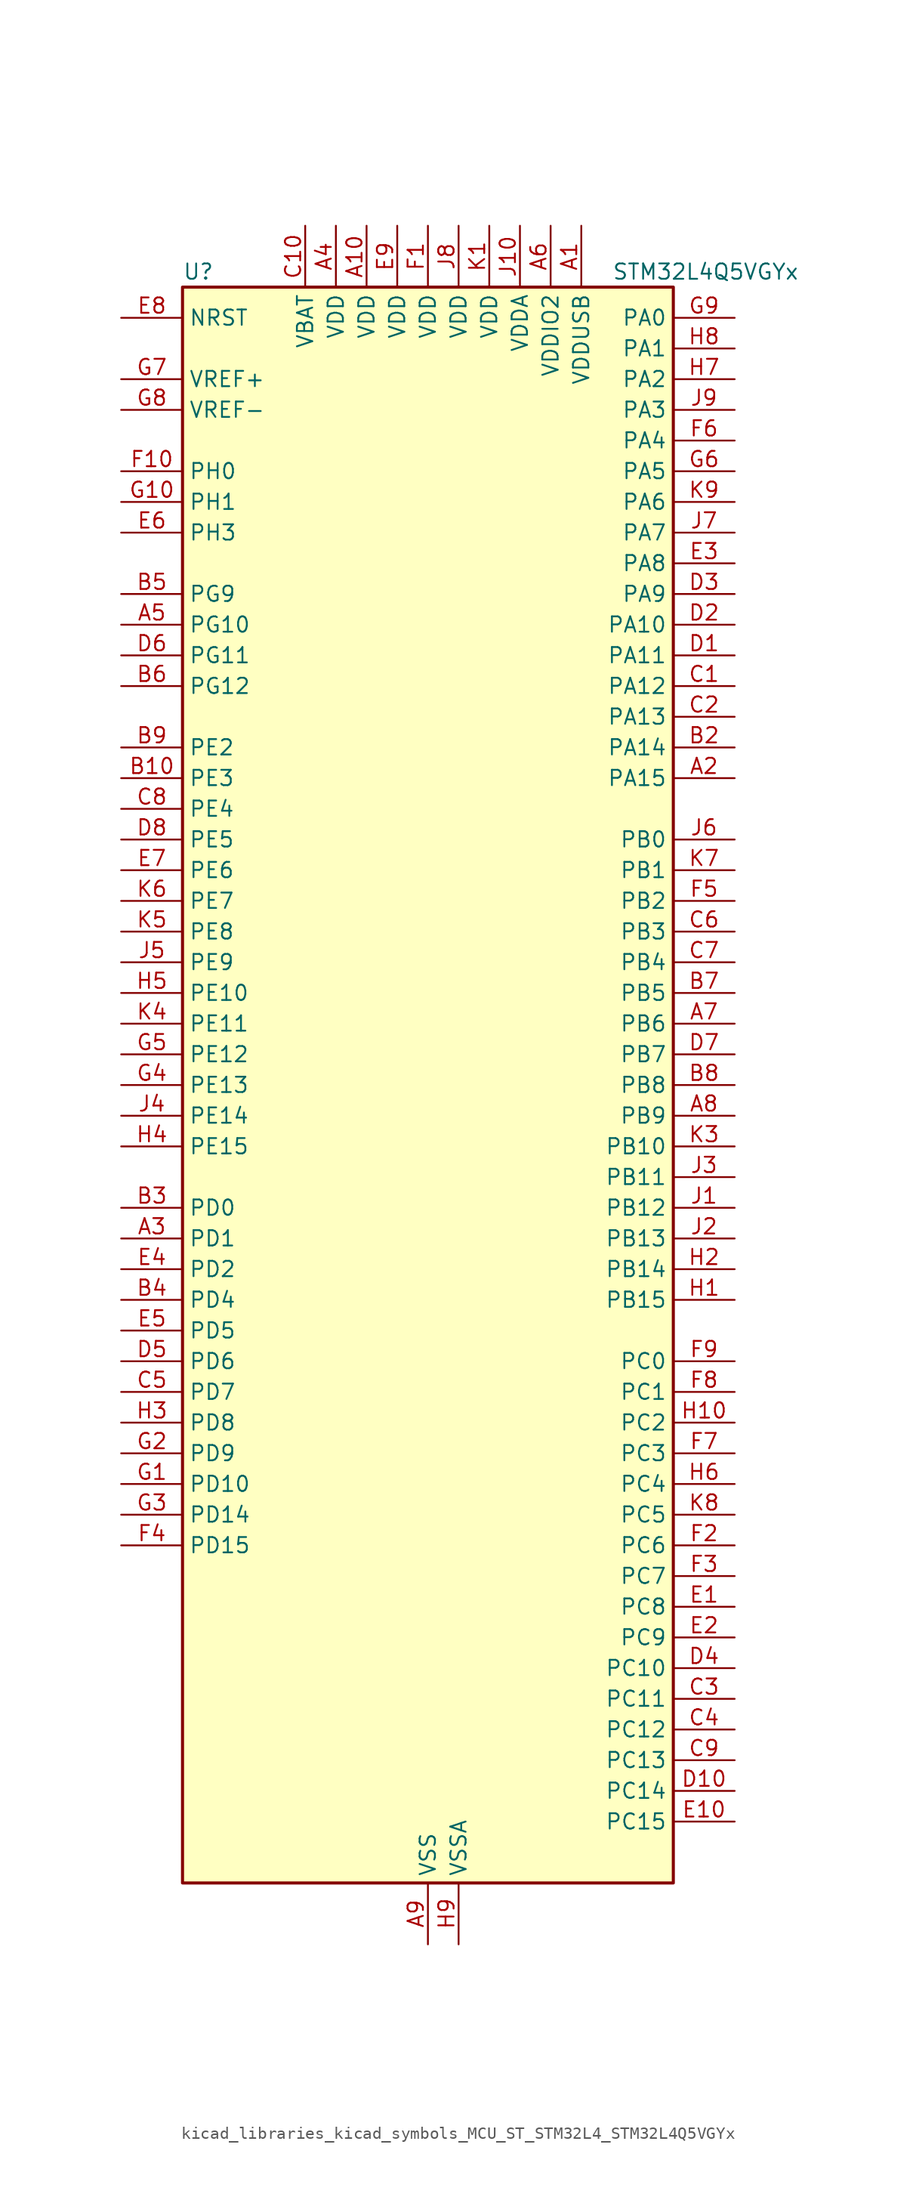
<source format=kicad_sym>
(kicad_symbol_lib
  (version 20220914)
  (generator kicad_symbol_editor)
  (symbol "kicad_libraries_kicad_symbols_MCU_ST_STM32L4_STM32L4Q5VGYx"
    (property "Reference" "U"
      (at -20.32 67.31 0)
      (effects (font (size 1.27 1.27)) (justify left)))
    (property "Value" "STM32L4Q5VGYx"
      (at 15.24 67.31 0)
      (effects (font (size 1.27 1.27)) (justify left)))
    (property "ki_locked" ""
      (at 0 0 0)
      (effects (font (size 1.27 1.27))))
    (symbol "kicad_libraries_kicad_symbols_MCU_ST_STM32L4_STM32L4Q5VGYx_0_1"
      (rectangle (start -20.32 -66.04) (end 20.32 66.04) (stroke (width 0.254) (type default)) (fill (type background))))
    (symbol "kicad_libraries_kicad_symbols_MCU_ST_STM32L4_STM32L4Q5VGYx_1_1"
      (pin power_in line (at 12.7 71.12 270) (length 5.08) (name "VDDUSB" (effects (font (size 1.27 1.27)))) (number "A1" (effects (font (size 1.27 1.27)))))
      (pin power_in line (at -5.08 71.12 270) (length 5.08) (name "VDD" (effects (font (size 1.27 1.27)))) (number "A10" (effects (font (size 1.27 1.27)))))
      (pin bidirectional line (at 25.4 25.4 180) (length 5.08) (name "PA15" (effects (font (size 1.27 1.27)))) (number "A2" (effects (font (size 1.27 1.27)))) (alternate "ADC1_EXTI15" bidirectional line) (alternate "ADC2_EXTI15" bidirectional line) (alternate "LTDC_HSYNC" bidirectional line) (alternate "SAI2_FS_B" bidirectional line) (alternate "SPI1_NSS" bidirectional line) (alternate "SPI3_NSS" bidirectional line) (alternate "SYS_JTDI" bidirectional line) (alternate "TIM2_CH1" bidirectional line) (alternate "TIM2_ETR" bidirectional line) (alternate "TSC_G3_IO1" bidirectional line) (alternate "UART4_DE" bidirectional line) (alternate "UART4_RTS" bidirectional line) (alternate "USART2_RX" bidirectional line) (alternate "USART3_DE" bidirectional line) (alternate "USART3_RTS" bidirectional line))
      (pin bidirectional line (at -25.4 -12.7 0) (length 5.08) (name "PD1" (effects (font (size 1.27 1.27)))) (number "A3" (effects (font (size 1.27 1.27)))) (alternate "CAN1_TX" bidirectional line) (alternate "FMC_D3" bidirectional line) (alternate "FMC_DA3" bidirectional line) (alternate "LTDC_B5" bidirectional line) (alternate "SPI2_SCK" bidirectional line))
      (pin power_in line (at -7.62 71.12 270) (length 5.08) (name "VDD" (effects (font (size 1.27 1.27)))) (number "A4" (effects (font (size 1.27 1.27)))))
      (pin bidirectional line (at -25.4 38.1 0) (length 5.08) (name "PG10" (effects (font (size 1.27 1.27)))) (number "A5" (effects (font (size 1.27 1.27)))) (alternate "FMC_NE3" bidirectional line) (alternate "LPTIM1_IN1" bidirectional line) (alternate "OCTOSPIM_P2_IO7" bidirectional line) (alternate "SAI2_FS_A" bidirectional line) (alternate "SDMMC2_D1" bidirectional line) (alternate "SPI3_MISO" bidirectional line) (alternate "TIM15_CH1" bidirectional line) (alternate "USART1_RX" bidirectional line))
      (pin power_in line (at 10.16 71.12 270) (length 5.08) (name "VDDIO2" (effects (font (size 1.27 1.27)))) (number "A6" (effects (font (size 1.27 1.27)))))
      (pin bidirectional line (at 25.4 5.08 180) (length 5.08) (name "PB6" (effects (font (size 1.27 1.27)))) (number "A7" (effects (font (size 1.27 1.27)))) (alternate "COMP2_INP" bidirectional line) (alternate "DCMI_D5" bidirectional line) (alternate "I2C1_SCL" bidirectional line) (alternate "I2C4_SCL" bidirectional line) (alternate "LPTIM1_ETR" bidirectional line) (alternate "LTDC_R6" bidirectional line) (alternate "PSSI_D5" bidirectional line) (alternate "SAI1_FS_B" bidirectional line) (alternate "TIM16_CH1N" bidirectional line) (alternate "TIM4_CH1" bidirectional line) (alternate "TIM8_BKIN2" bidirectional line) (alternate "TSC_G2_IO3" bidirectional line) (alternate "USART1_TX" bidirectional line))
      (pin bidirectional line (at 25.4 -2.54 180) (length 5.08) (name "PB9" (effects (font (size 1.27 1.27)))) (number "A8" (effects (font (size 1.27 1.27)))) (alternate "CAN1_TX" bidirectional line) (alternate "DAC1_EXTI9" bidirectional line) (alternate "DCMI_D7" bidirectional line) (alternate "I2C1_SDA" bidirectional line) (alternate "IR_OUT" bidirectional line) (alternate "PSSI_D7" bidirectional line) (alternate "SAI1_D2" bidirectional line) (alternate "SAI1_FS_A" bidirectional line) (alternate "SDMMC1_CDIR" bidirectional line) (alternate "SDMMC1_D5" bidirectional line) (alternate "SDMMC2_D5" bidirectional line) (alternate "SPI2_NSS" bidirectional line) (alternate "TIM17_CH1" bidirectional line) (alternate "TIM4_CH4" bidirectional line))
      (pin power_in line (at 0 -71.12 90) (length 5.08) (name "VSS" (effects (font (size 1.27 1.27)))) (number "A9" (effects (font (size 1.27 1.27)))))
      (pin passive line (at 0 -71.12 90) (length 5.08) hide (name "VSS" (effects (font (size 1.27 1.27)))) (number "B1" (effects (font (size 1.27 1.27)))))
      (pin bidirectional line (at -25.4 25.4 0) (length 5.08) (name "PE3" (effects (font (size 1.27 1.27)))) (number "B10" (effects (font (size 1.27 1.27)))) (alternate "FMC_A19" bidirectional line) (alternate "LTDC_R6" bidirectional line) (alternate "OCTOSPIM_P1_DQS" bidirectional line) (alternate "SAI1_SD_B" bidirectional line) (alternate "SYS_TRACED0" bidirectional line) (alternate "TIM3_CH1" bidirectional line) (alternate "TSC_G7_IO2" bidirectional line))
      (pin bidirectional line (at 25.4 27.94 180) (length 5.08) (name "PA14" (effects (font (size 1.27 1.27)))) (number "B2" (effects (font (size 1.27 1.27)))) (alternate "I2C1_SMBA" bidirectional line) (alternate "I2C4_SMBA" bidirectional line) (alternate "LPTIM1_OUT" bidirectional line) (alternate "SAI1_FS_B" bidirectional line) (alternate "SYS_JTCK-SWCLK" bidirectional line) (alternate "USB_OTG_FS_SOF" bidirectional line))
      (pin bidirectional line (at -25.4 -10.16 0) (length 5.08) (name "PD0" (effects (font (size 1.27 1.27)))) (number "B3" (effects (font (size 1.27 1.27)))) (alternate "CAN1_RX" bidirectional line) (alternate "FMC_D2" bidirectional line) (alternate "FMC_DA2" bidirectional line) (alternate "LTDC_B4" bidirectional line) (alternate "SPI2_NSS" bidirectional line))
      (pin bidirectional line (at -25.4 -17.78 0) (length 5.08) (name "PD4" (effects (font (size 1.27 1.27)))) (number "B4" (effects (font (size 1.27 1.27)))) (alternate "DFSDM1_CKIN0" bidirectional line) (alternate "FMC_NOE" bidirectional line) (alternate "OCTOSPIM_P1_IO4" bidirectional line) (alternate "SDMMC2_CKIN" bidirectional line) (alternate "SPI2_MOSI" bidirectional line) (alternate "USART2_DE" bidirectional line) (alternate "USART2_RTS" bidirectional line))
      (pin bidirectional line (at -25.4 40.64 0) (length 5.08) (name "PG9" (effects (font (size 1.27 1.27)))) (number "B5" (effects (font (size 1.27 1.27)))) (alternate "DAC1_EXTI9" bidirectional line) (alternate "FMC_NCE" bidirectional line) (alternate "FMC_NE2" bidirectional line) (alternate "OCTOSPIM_P2_IO6" bidirectional line) (alternate "SAI2_SCK_A" bidirectional line) (alternate "SDMMC2_D0" bidirectional line) (alternate "SPI3_SCK" bidirectional line) (alternate "TIM15_CH1N" bidirectional line) (alternate "USART1_TX" bidirectional line))
      (pin bidirectional line (at -25.4 33.02 0) (length 5.08) (name "PG12" (effects (font (size 1.27 1.27)))) (number "B6" (effects (font (size 1.27 1.27)))) (alternate "FMC_NE4" bidirectional line) (alternate "LPTIM1_ETR" bidirectional line) (alternate "OCTOSPIM_P2_NCS" bidirectional line) (alternate "SAI2_SD_A" bidirectional line) (alternate "SDMMC2_D3" bidirectional line) (alternate "SPI3_NSS" bidirectional line) (alternate "USART1_DE" bidirectional line) (alternate "USART1_RTS" bidirectional line))
      (pin bidirectional line (at 25.4 7.62 180) (length 5.08) (name "PB5" (effects (font (size 1.27 1.27)))) (number "B7" (effects (font (size 1.27 1.27)))) (alternate "COMP2_OUT" bidirectional line) (alternate "DCMI_D10" bidirectional line) (alternate "I2C1_SMBA" bidirectional line) (alternate "LPTIM1_IN1" bidirectional line) (alternate "OCTOSPIM_P1_IO0" bidirectional line) (alternate "PSSI_D10" bidirectional line) (alternate "SAI1_SD_B" bidirectional line) (alternate "SPI1_MOSI" bidirectional line) (alternate "SPI3_MOSI" bidirectional line) (alternate "TIM16_BKIN" bidirectional line) (alternate "TIM3_CH2" bidirectional line) (alternate "TSC_G2_IO2" bidirectional line) (alternate "UART5_CTS" bidirectional line) (alternate "USART1_CK" bidirectional line))
      (pin bidirectional line (at 25.4 0 180) (length 5.08) (name "PB8" (effects (font (size 1.27 1.27)))) (number "B8" (effects (font (size 1.27 1.27)))) (alternate "CAN1_RX" bidirectional line) (alternate "DCMI_D6" bidirectional line) (alternate "DFSDM1_CKOUT" bidirectional line) (alternate "I2C1_SCL" bidirectional line) (alternate "LTDC_DE" bidirectional line) (alternate "PSSI_D6" bidirectional line) (alternate "SAI1_CK1" bidirectional line) (alternate "SAI1_MCLK_A" bidirectional line) (alternate "SDMMC1_CKIN" bidirectional line) (alternate "SDMMC1_D4" bidirectional line) (alternate "SDMMC2_D4" bidirectional line) (alternate "TIM16_CH1" bidirectional line) (alternate "TIM4_CH3" bidirectional line))
      (pin bidirectional line (at -25.4 27.94 0) (length 5.08) (name "PE2" (effects (font (size 1.27 1.27)))) (number "B9" (effects (font (size 1.27 1.27)))) (alternate "FMC_A23" bidirectional line) (alternate "LTDC_R7" bidirectional line) (alternate "SAI1_CK1" bidirectional line) (alternate "SAI1_MCLK_A" bidirectional line) (alternate "SYS_TRACECLK" bidirectional line) (alternate "TIM3_ETR" bidirectional line) (alternate "TSC_G7_IO1" bidirectional line))
      (pin bidirectional line (at 25.4 33.02 180) (length 5.08) (name "PA12" (effects (font (size 1.27 1.27)))) (number "C1" (effects (font (size 1.27 1.27)))) (alternate "CAN1_TX" bidirectional line) (alternate "LTDC_VSYNC" bidirectional line) (alternate "OCTOSPIM_P2_NCS" bidirectional line) (alternate "SPI1_MOSI" bidirectional line) (alternate "TIM1_ETR" bidirectional line) (alternate "USART1_DE" bidirectional line) (alternate "USART1_RTS" bidirectional line) (alternate "USB_OTG_FS_DP" bidirectional line))
      (pin power_in line (at -10.16 71.12 270) (length 5.08) (name "VBAT" (effects (font (size 1.27 1.27)))) (number "C10" (effects (font (size 1.27 1.27)))))
      (pin bidirectional line (at 25.4 30.48 180) (length 5.08) (name "PA13" (effects (font (size 1.27 1.27)))) (number "C2" (effects (font (size 1.27 1.27)))) (alternate "IR_OUT" bidirectional line) (alternate "SAI1_SD_B" bidirectional line) (alternate "SYS_JTMS-SWDIO" bidirectional line) (alternate "USB_OTG_FS_NOE" bidirectional line))
      (pin bidirectional line (at 25.4 -50.8 180) (length 5.08) (name "PC11" (effects (font (size 1.27 1.27)))) (number "C3" (effects (font (size 1.27 1.27)))) (alternate "ADC1_EXTI11" bidirectional line) (alternate "ADC2_EXTI11" bidirectional line) (alternate "DCMI_D2" bidirectional line) (alternate "DCMI_D4" bidirectional line) (alternate "OCTOSPIM_P1_NCS" bidirectional line) (alternate "PSSI_D2" bidirectional line) (alternate "PSSI_D4" bidirectional line) (alternate "SAI2_MCLK_B" bidirectional line) (alternate "SDMMC1_D3" bidirectional line) (alternate "SPI3_MISO" bidirectional line) (alternate "TSC_G3_IO3" bidirectional line) (alternate "UART4_RX" bidirectional line) (alternate "USART3_RX" bidirectional line))
      (pin bidirectional line (at 25.4 -53.34 180) (length 5.08) (name "PC12" (effects (font (size 1.27 1.27)))) (number "C4" (effects (font (size 1.27 1.27)))) (alternate "DCMI_D9" bidirectional line) (alternate "LTDC_R6" bidirectional line) (alternate "PSSI_D9" bidirectional line) (alternate "SAI2_SD_B" bidirectional line) (alternate "SDMMC1_CK" bidirectional line) (alternate "SPI3_MOSI" bidirectional line) (alternate "SYS_TRACED3" bidirectional line) (alternate "TSC_G3_IO4" bidirectional line) (alternate "UART5_TX" bidirectional line) (alternate "USART3_CK" bidirectional line))
      (pin bidirectional line (at -25.4 -25.4 0) (length 5.08) (name "PD7" (effects (font (size 1.27 1.27)))) (number "C5" (effects (font (size 1.27 1.27)))) (alternate "DFSDM1_CKIN1" bidirectional line) (alternate "FMC_NCE" bidirectional line) (alternate "FMC_NE1" bidirectional line) (alternate "OCTOSPIM_P1_IO7" bidirectional line) (alternate "SDMMC2_CMD" bidirectional line) (alternate "USART2_CK" bidirectional line))
      (pin bidirectional line (at 25.4 12.7 180) (length 5.08) (name "PB3" (effects (font (size 1.27 1.27)))) (number "C6" (effects (font (size 1.27 1.27)))) (alternate "COMP2_INM" bidirectional line) (alternate "CRS_SYNC" bidirectional line) (alternate "OCTOSPIM_P1_IO4" bidirectional line) (alternate "SAI1_SCK_B" bidirectional line) (alternate "SDMMC2_D2" bidirectional line) (alternate "SPI1_SCK" bidirectional line) (alternate "SPI3_SCK" bidirectional line) (alternate "SYS_JTDO-SWO" bidirectional line) (alternate "TIM2_CH2" bidirectional line) (alternate "USART1_DE" bidirectional line) (alternate "USART1_RTS" bidirectional line))
      (pin bidirectional line (at 25.4 10.16 180) (length 5.08) (name "PB4" (effects (font (size 1.27 1.27)))) (number "C7" (effects (font (size 1.27 1.27)))) (alternate "COMP2_INP" bidirectional line) (alternate "DCMI_D12" bidirectional line) (alternate "I2C3_SDA" bidirectional line) (alternate "OCTOSPIM_P1_IO5" bidirectional line) (alternate "PSSI_D12" bidirectional line) (alternate "SAI1_MCLK_B" bidirectional line) (alternate "SDMMC2_D3" bidirectional line) (alternate "SPI1_MISO" bidirectional line) (alternate "SPI3_MISO" bidirectional line) (alternate "SYS_JTRST" bidirectional line) (alternate "TIM17_BKIN" bidirectional line) (alternate "TIM3_CH1" bidirectional line) (alternate "TSC_G2_IO1" bidirectional line) (alternate "UART5_DE" bidirectional line) (alternate "UART5_RTS" bidirectional line) (alternate "USART1_CTS" bidirectional line) (alternate "USART1_NSS" bidirectional line))
      (pin bidirectional line (at -25.4 22.86 0) (length 5.08) (name "PE4" (effects (font (size 1.27 1.27)))) (number "C8" (effects (font (size 1.27 1.27)))) (alternate "DCMI_D4" bidirectional line) (alternate "DFSDM1_DATIN3" bidirectional line) (alternate "FMC_A20" bidirectional line) (alternate "LTDC_B7" bidirectional line) (alternate "PSSI_D4" bidirectional line) (alternate "SAI1_D2" bidirectional line) (alternate "SAI1_FS_A" bidirectional line) (alternate "SYS_TRACED1" bidirectional line) (alternate "TIM3_CH2" bidirectional line) (alternate "TSC_G7_IO3" bidirectional line))
      (pin bidirectional line (at 25.4 -55.88 180) (length 5.08) (name "PC13" (effects (font (size 1.27 1.27)))) (number "C9" (effects (font (size 1.27 1.27)))) (alternate "RTC_OUT1" bidirectional line) (alternate "RTC_TAMP1" bidirectional line) (alternate "RTC_TS" bidirectional line) (alternate "SYS_WKUP2" bidirectional line))
      (pin bidirectional line (at 25.4 35.56 180) (length 5.08) (name "PA11" (effects (font (size 1.27 1.27)))) (number "D1" (effects (font (size 1.27 1.27)))) (alternate "ADC1_EXTI11" bidirectional line) (alternate "ADC2_EXTI11" bidirectional line) (alternate "CAN1_RX" bidirectional line) (alternate "LTDC_DE" bidirectional line) (alternate "SPI1_MISO" bidirectional line) (alternate "TIM1_BKIN2" bidirectional line) (alternate "TIM1_CH4" bidirectional line) (alternate "USART1_CTS" bidirectional line) (alternate "USART1_NSS" bidirectional line) (alternate "USB_OTG_FS_DM" bidirectional line))
      (pin bidirectional line (at 25.4 -58.42 180) (length 5.08) (name "PC14" (effects (font (size 1.27 1.27)))) (number "D10" (effects (font (size 1.27 1.27)))) (alternate "RCC_OSC32_IN" bidirectional line))
      (pin bidirectional line (at 25.4 38.1 180) (length 5.08) (name "PA10" (effects (font (size 1.27 1.27)))) (number "D2" (effects (font (size 1.27 1.27)))) (alternate "DCMI_D1" bidirectional line) (alternate "LTDC_G6" bidirectional line) (alternate "PSSI_D1" bidirectional line) (alternate "SAI1_D1" bidirectional line) (alternate "SAI1_SD_A" bidirectional line) (alternate "TIM17_BKIN" bidirectional line) (alternate "TIM1_CH3" bidirectional line) (alternate "USART1_RX" bidirectional line) (alternate "USB_OTG_FS_ID" bidirectional line))
      (pin bidirectional line (at 25.4 40.64 180) (length 5.08) (name "PA9" (effects (font (size 1.27 1.27)))) (number "D3" (effects (font (size 1.27 1.27)))) (alternate "DAC1_EXTI9" bidirectional line) (alternate "DCMI_D0" bidirectional line) (alternate "LTDC_G7" bidirectional line) (alternate "PSSI_D0" bidirectional line) (alternate "SAI1_FS_A" bidirectional line) (alternate "SPI2_SCK" bidirectional line) (alternate "TIM15_BKIN" bidirectional line) (alternate "TIM1_CH2" bidirectional line) (alternate "USART1_TX" bidirectional line) (alternate "USB_OTG_FS_VBUS" bidirectional line))
      (pin bidirectional line (at 25.4 -48.26 180) (length 5.08) (name "PC10" (effects (font (size 1.27 1.27)))) (number "D4" (effects (font (size 1.27 1.27)))) (alternate "DCMI_D8" bidirectional line) (alternate "DCMI_VSYNC" bidirectional line) (alternate "PSSI_D8" bidirectional line) (alternate "PSSI_RDY" bidirectional line) (alternate "SAI2_SCK_B" bidirectional line) (alternate "SDMMC1_D2" bidirectional line) (alternate "SPI3_SCK" bidirectional line) (alternate "SYS_TRACED1" bidirectional line) (alternate "TSC_G3_IO2" bidirectional line) (alternate "UART4_TX" bidirectional line) (alternate "USART3_TX" bidirectional line))
      (pin bidirectional line (at -25.4 -22.86 0) (length 5.08) (name "PD6" (effects (font (size 1.27 1.27)))) (number "D5" (effects (font (size 1.27 1.27)))) (alternate "DCMI_D10" bidirectional line) (alternate "DFSDM1_DATIN1" bidirectional line) (alternate "FMC_NWAIT" bidirectional line) (alternate "LTDC_DE" bidirectional line) (alternate "OCTOSPIM_P1_IO6" bidirectional line) (alternate "PSSI_D10" bidirectional line) (alternate "SAI1_D1" bidirectional line) (alternate "SAI1_SD_A" bidirectional line) (alternate "SDMMC2_CK" bidirectional line) (alternate "SPI3_MOSI" bidirectional line) (alternate "USART2_RX" bidirectional line))
      (pin bidirectional line (at -25.4 35.56 0) (length 5.08) (name "PG11" (effects (font (size 1.27 1.27)))) (number "D6" (effects (font (size 1.27 1.27)))) (alternate "ADC1_EXTI11" bidirectional line) (alternate "ADC2_EXTI11" bidirectional line) (alternate "LPTIM1_IN2" bidirectional line) (alternate "OCTOSPIM_P1_IO5" bidirectional line) (alternate "SAI2_MCLK_A" bidirectional line) (alternate "SDMMC2_D2" bidirectional line) (alternate "SPI3_MOSI" bidirectional line) (alternate "TIM15_CH2" bidirectional line) (alternate "USART1_CTS" bidirectional line) (alternate "USART1_NSS" bidirectional line))
      (pin bidirectional line (at 25.4 2.54 180) (length 5.08) (name "PB7" (effects (font (size 1.27 1.27)))) (number "D7" (effects (font (size 1.27 1.27)))) (alternate "COMP2_INM" bidirectional line) (alternate "DCMI_VSYNC" bidirectional line) (alternate "FMC_NL" bidirectional line) (alternate "I2C1_SDA" bidirectional line) (alternate "I2C4_SDA" bidirectional line) (alternate "LPTIM1_IN2" bidirectional line) (alternate "LTDC_VSYNC" bidirectional line) (alternate "PSSI_RDY" bidirectional line) (alternate "SYS_PVD_IN" bidirectional line) (alternate "TIM17_CH1N" bidirectional line) (alternate "TIM4_CH2" bidirectional line) (alternate "TIM8_BKIN" bidirectional line) (alternate "TSC_G2_IO4" bidirectional line) (alternate "UART4_CTS" bidirectional line) (alternate "USART1_RX" bidirectional line))
      (pin bidirectional line (at -25.4 20.32 0) (length 5.08) (name "PE5" (effects (font (size 1.27 1.27)))) (number "D8" (effects (font (size 1.27 1.27)))) (alternate "DCMI_D6" bidirectional line) (alternate "DFSDM1_CKIN3" bidirectional line) (alternate "FMC_A21" bidirectional line) (alternate "LTDC_G7" bidirectional line) (alternate "PSSI_D6" bidirectional line) (alternate "SAI1_CK2" bidirectional line) (alternate "SAI1_SCK_A" bidirectional line) (alternate "SYS_TRACED2" bidirectional line) (alternate "TIM3_CH3" bidirectional line) (alternate "TSC_G7_IO4" bidirectional line))
      (pin passive line (at 0 -71.12 90) (length 5.08) hide (name "VSS" (effects (font (size 1.27 1.27)))) (number "D9" (effects (font (size 1.27 1.27)))))
      (pin bidirectional line (at 25.4 -43.18 180) (length 5.08) (name "PC8" (effects (font (size 1.27 1.27)))) (number "E1" (effects (font (size 1.27 1.27)))) (alternate "DCMI_D2" bidirectional line) (alternate "PSSI_D2" bidirectional line) (alternate "SDMMC1_D0" bidirectional line) (alternate "TIM3_CH3" bidirectional line) (alternate "TIM8_CH3" bidirectional line) (alternate "TSC_G4_IO3" bidirectional line))
      (pin bidirectional line (at 25.4 -60.96 180) (length 5.08) (name "PC15" (effects (font (size 1.27 1.27)))) (number "E10" (effects (font (size 1.27 1.27)))) (alternate "ADC1_EXTI15" bidirectional line) (alternate "ADC2_EXTI15" bidirectional line) (alternate "RCC_OSC32_OUT" bidirectional line))
      (pin bidirectional line (at 25.4 -45.72 180) (length 5.08) (name "PC9" (effects (font (size 1.27 1.27)))) (number "E2" (effects (font (size 1.27 1.27)))) (alternate "DAC1_EXTI9" bidirectional line) (alternate "DCMI_D3" bidirectional line) (alternate "I2C3_SDA" bidirectional line) (alternate "PSSI_D3" bidirectional line) (alternate "SAI2_EXTCLK" bidirectional line) (alternate "SDMMC1_D1" bidirectional line) (alternate "SYS_TRACED0" bidirectional line) (alternate "TIM3_CH4" bidirectional line) (alternate "TIM8_BKIN2" bidirectional line) (alternate "TIM8_CH4" bidirectional line) (alternate "TSC_G4_IO4" bidirectional line) (alternate "USB_OTG_FS_NOE" bidirectional line))
      (pin bidirectional line (at 25.4 43.18 180) (length 5.08) (name "PA8" (effects (font (size 1.27 1.27)))) (number "E3" (effects (font (size 1.27 1.27)))) (alternate "LPTIM2_OUT" bidirectional line) (alternate "LTDC_B7" bidirectional line) (alternate "RCC_MCO" bidirectional line) (alternate "SAI1_CK2" bidirectional line) (alternate "SAI1_SCK_A" bidirectional line) (alternate "TIM1_CH1" bidirectional line) (alternate "USART1_CK" bidirectional line) (alternate "USB_OTG_FS_SOF" bidirectional line))
      (pin bidirectional line (at -25.4 -15.24 0) (length 5.08) (name "PD2" (effects (font (size 1.27 1.27)))) (number "E4" (effects (font (size 1.27 1.27)))) (alternate "DCMI_D11" bidirectional line) (alternate "PSSI_D11" bidirectional line) (alternate "SDMMC1_CMD" bidirectional line) (alternate "SYS_TRACED2" bidirectional line) (alternate "TIM3_ETR" bidirectional line) (alternate "TSC_SYNC" bidirectional line) (alternate "UART5_RX" bidirectional line) (alternate "USART3_DE" bidirectional line) (alternate "USART3_RTS" bidirectional line))
      (pin bidirectional line (at -25.4 -20.32 0) (length 5.08) (name "PD5" (effects (font (size 1.27 1.27)))) (number "E5" (effects (font (size 1.27 1.27)))) (alternate "FMC_NWE" bidirectional line) (alternate "OCTOSPIM_P1_IO5" bidirectional line) (alternate "USART2_TX" bidirectional line))
      (pin bidirectional line (at -25.4 45.72 0) (length 5.08) (name "PH3" (effects (font (size 1.27 1.27)))) (number "E6" (effects (font (size 1.27 1.27)))))
      (pin bidirectional line (at -25.4 17.78 0) (length 5.08) (name "PE6" (effects (font (size 1.27 1.27)))) (number "E7" (effects (font (size 1.27 1.27)))) (alternate "DCMI_D7" bidirectional line) (alternate "FMC_A22" bidirectional line) (alternate "LTDC_G6" bidirectional line) (alternate "PSSI_D7" bidirectional line) (alternate "RTC_TAMP3" bidirectional line) (alternate "SAI1_D1" bidirectional line) (alternate "SAI1_SD_A" bidirectional line) (alternate "SYS_TRACED3" bidirectional line) (alternate "SYS_WKUP3" bidirectional line) (alternate "TIM3_CH4" bidirectional line))
      (pin input line (at -25.4 63.5 0) (length 5.08) (name "NRST" (effects (font (size 1.27 1.27)))) (number "E8" (effects (font (size 1.27 1.27)))))
      (pin power_in line (at -2.54 71.12 270) (length 5.08) (name "VDD" (effects (font (size 1.27 1.27)))) (number "E9" (effects (font (size 1.27 1.27)))))
      (pin power_in line (at 0 71.12 270) (length 5.08) (name "VDD" (effects (font (size 1.27 1.27)))) (number "F1" (effects (font (size 1.27 1.27)))))
      (pin bidirectional line (at -25.4 50.8 0) (length 5.08) (name "PH0" (effects (font (size 1.27 1.27)))) (number "F10" (effects (font (size 1.27 1.27)))) (alternate "RCC_OSC_IN" bidirectional line))
      (pin bidirectional line (at 25.4 -38.1 180) (length 5.08) (name "PC6" (effects (font (size 1.27 1.27)))) (number "F2" (effects (font (size 1.27 1.27)))) (alternate "DCMI_D0" bidirectional line) (alternate "DFSDM1_CKIN3" bidirectional line) (alternate "LTDC_G7" bidirectional line) (alternate "PSSI_D0" bidirectional line) (alternate "SAI2_MCLK_A" bidirectional line) (alternate "SDMMC1_D0DIR" bidirectional line) (alternate "SDMMC1_D6" bidirectional line) (alternate "SDMMC2_D6" bidirectional line) (alternate "TIM3_CH1" bidirectional line) (alternate "TIM8_CH1" bidirectional line) (alternate "TSC_G4_IO1" bidirectional line))
      (pin bidirectional line (at 25.4 -40.64 180) (length 5.08) (name "PC7" (effects (font (size 1.27 1.27)))) (number "F3" (effects (font (size 1.27 1.27)))) (alternate "DCMI_D1" bidirectional line) (alternate "DFSDM1_DATIN3" bidirectional line) (alternate "LTDC_B6" bidirectional line) (alternate "PSSI_D1" bidirectional line) (alternate "SAI2_MCLK_B" bidirectional line) (alternate "SDMMC1_D123DIR" bidirectional line) (alternate "SDMMC1_D7" bidirectional line) (alternate "SDMMC2_D7" bidirectional line) (alternate "TIM3_CH2" bidirectional line) (alternate "TIM8_CH2" bidirectional line) (alternate "TSC_G4_IO2" bidirectional line))
      (pin bidirectional line (at -25.4 -38.1 0) (length 5.08) (name "PD15" (effects (font (size 1.27 1.27)))) (number "F4" (effects (font (size 1.27 1.27)))) (alternate "ADC1_EXTI15" bidirectional line) (alternate "ADC2_EXTI15" bidirectional line) (alternate "FMC_D1" bidirectional line) (alternate "FMC_DA1" bidirectional line) (alternate "LTDC_B3" bidirectional line) (alternate "TIM4_CH4" bidirectional line))
      (pin bidirectional line (at 25.4 15.24 180) (length 5.08) (name "PB2" (effects (font (size 1.27 1.27)))) (number "F5" (effects (font (size 1.27 1.27)))) (alternate "COMP1_INP" bidirectional line) (alternate "DFSDM1_CKIN0" bidirectional line) (alternate "I2C3_SMBA" bidirectional line) (alternate "LPTIM1_OUT" bidirectional line) (alternate "OCTOSPIM_P1_DQS" bidirectional line) (alternate "RTC_OUT2" bidirectional line))
      (pin bidirectional line (at 25.4 53.34 180) (length 5.08) (name "PA4" (effects (font (size 1.27 1.27)))) (number "F6" (effects (font (size 1.27 1.27)))) (alternate "ADC1_IN9" bidirectional line) (alternate "ADC2_IN9" bidirectional line) (alternate "DAC1_OUT1" bidirectional line) (alternate "DCMI_HSYNC" bidirectional line) (alternate "LPTIM2_OUT" bidirectional line) (alternate "LTDC_CLK" bidirectional line) (alternate "OCTOSPIM_P1_NCS" bidirectional line) (alternate "PSSI_DE" bidirectional line) (alternate "SAI1_FS_B" bidirectional line) (alternate "SPI1_NSS" bidirectional line) (alternate "SPI3_NSS" bidirectional line) (alternate "USART2_CK" bidirectional line))
      (pin bidirectional line (at 25.4 -30.48 180) (length 5.08) (name "PC3" (effects (font (size 1.27 1.27)))) (number "F7" (effects (font (size 1.27 1.27)))) (alternate "ADC1_IN4" bidirectional line) (alternate "ADC2_IN4" bidirectional line) (alternate "LPTIM1_ETR" bidirectional line) (alternate "LPTIM2_ETR" bidirectional line) (alternate "OCTOSPIM_P1_IO6" bidirectional line) (alternate "SAI1_D1" bidirectional line) (alternate "SAI1_SD_A" bidirectional line) (alternate "SPI2_MOSI" bidirectional line))
      (pin bidirectional line (at 25.4 -25.4 180) (length 5.08) (name "PC1" (effects (font (size 1.27 1.27)))) (number "F8" (effects (font (size 1.27 1.27)))) (alternate "ADC1_IN2" bidirectional line) (alternate "ADC2_IN2" bidirectional line) (alternate "I2C3_SDA" bidirectional line) (alternate "LPTIM1_OUT" bidirectional line) (alternate "LPUART1_TX" bidirectional line) (alternate "OCTOSPIM_P1_IO4" bidirectional line) (alternate "SAI1_SD_A" bidirectional line) (alternate "SPI2_MOSI" bidirectional line) (alternate "SYS_TRACED0" bidirectional line))
      (pin bidirectional line (at 25.4 -22.86 180) (length 5.08) (name "PC0" (effects (font (size 1.27 1.27)))) (number "F9" (effects (font (size 1.27 1.27)))) (alternate "ADC1_IN1" bidirectional line) (alternate "ADC2_IN1" bidirectional line) (alternate "I2C3_SCL" bidirectional line) (alternate "LPTIM1_IN1" bidirectional line) (alternate "LPTIM2_IN1" bidirectional line) (alternate "LPUART1_RX" bidirectional line) (alternate "LTDC_DE" bidirectional line) (alternate "SAI2_FS_A" bidirectional line) (alternate "SDMMC1_CMD" bidirectional line) (alternate "SDMMC2_CKIN" bidirectional line))
      (pin bidirectional line (at -25.4 -33.02 0) (length 5.08) (name "PD10" (effects (font (size 1.27 1.27)))) (number "G1" (effects (font (size 1.27 1.27)))) (alternate "FMC_D15" bidirectional line) (alternate "FMC_DA15" bidirectional line) (alternate "LTDC_R5" bidirectional line) (alternate "SAI2_SCK_A" bidirectional line) (alternate "USART3_CK" bidirectional line))
      (pin bidirectional line (at -25.4 48.26 0) (length 5.08) (name "PH1" (effects (font (size 1.27 1.27)))) (number "G10" (effects (font (size 1.27 1.27)))) (alternate "RCC_OSC_OUT" bidirectional line))
      (pin bidirectional line (at -25.4 -30.48 0) (length 5.08) (name "PD9" (effects (font (size 1.27 1.27)))) (number "G2" (effects (font (size 1.27 1.27)))) (alternate "DAC1_EXTI9" bidirectional line) (alternate "DCMI_PIXCLK" bidirectional line) (alternate "FMC_D14" bidirectional line) (alternate "FMC_DA14" bidirectional line) (alternate "LTDC_R4" bidirectional line) (alternate "PSSI_PDCK" bidirectional line) (alternate "SAI2_MCLK_A" bidirectional line) (alternate "USART3_RX" bidirectional line))
      (pin bidirectional line (at -25.4 -35.56 0) (length 5.08) (name "PD14" (effects (font (size 1.27 1.27)))) (number "G3" (effects (font (size 1.27 1.27)))) (alternate "FMC_D0" bidirectional line) (alternate "FMC_DA0" bidirectional line) (alternate "LTDC_B2" bidirectional line) (alternate "TIM4_CH3" bidirectional line))
      (pin bidirectional line (at -25.4 0 0) (length 5.08) (name "PE13" (effects (font (size 1.27 1.27)))) (number "G4" (effects (font (size 1.27 1.27)))) (alternate "FMC_D10" bidirectional line) (alternate "FMC_DA10" bidirectional line) (alternate "LTDC_G6" bidirectional line) (alternate "OCTOSPIM_P1_IO1" bidirectional line) (alternate "SPI1_SCK" bidirectional line) (alternate "TIM1_CH3" bidirectional line) (alternate "TSC_G5_IO4" bidirectional line))
      (pin bidirectional line (at -25.4 2.54 0) (length 5.08) (name "PE12" (effects (font (size 1.27 1.27)))) (number "G5" (effects (font (size 1.27 1.27)))) (alternate "FMC_D9" bidirectional line) (alternate "FMC_DA9" bidirectional line) (alternate "LTDC_G5" bidirectional line) (alternate "OCTOSPIM_P1_IO0" bidirectional line) (alternate "SPI1_NSS" bidirectional line) (alternate "TIM1_CH3N" bidirectional line) (alternate "TSC_G5_IO3" bidirectional line))
      (pin bidirectional line (at 25.4 50.8 180) (length 5.08) (name "PA5" (effects (font (size 1.27 1.27)))) (number "G6" (effects (font (size 1.27 1.27)))) (alternate "ADC1_IN10" bidirectional line) (alternate "ADC2_IN10" bidirectional line) (alternate "DAC1_OUT2" bidirectional line) (alternate "LPTIM2_ETR" bidirectional line) (alternate "LTDC_R7" bidirectional line) (alternate "PSSI_D14" bidirectional line) (alternate "SPI1_SCK" bidirectional line) (alternate "TIM2_CH1" bidirectional line) (alternate "TIM2_ETR" bidirectional line) (alternate "TIM8_CH1N" bidirectional line))
      (pin input line (at -25.4 58.42 0) (length 5.08) (name "VREF+" (effects (font (size 1.27 1.27)))) (number "G7" (effects (font (size 1.27 1.27)))) (alternate "VREFBUF_OUT" bidirectional line))
      (pin input line (at -25.4 55.88 0) (length 5.08) (name "VREF-" (effects (font (size 1.27 1.27)))) (number "G8" (effects (font (size 1.27 1.27)))))
      (pin bidirectional line (at 25.4 63.5 180) (length 5.08) (name "PA0" (effects (font (size 1.27 1.27)))) (number "G9" (effects (font (size 1.27 1.27)))) (alternate "ADC1_IN5" bidirectional line) (alternate "ADC2_IN5" bidirectional line) (alternate "OPAMP1_VINP" bidirectional line) (alternate "RTC_TAMP2" bidirectional line) (alternate "SAI1_EXTCLK" bidirectional line) (alternate "SYS_WKUP1" bidirectional line) (alternate "TIM2_CH1" bidirectional line) (alternate "TIM2_ETR" bidirectional line) (alternate "TIM5_CH1" bidirectional line) (alternate "TIM8_ETR" bidirectional line) (alternate "UART4_TX" bidirectional line) (alternate "USART2_CTS" bidirectional line) (alternate "USART2_NSS" bidirectional line))
      (pin bidirectional line (at 25.4 -17.78 180) (length 5.08) (name "PB15" (effects (font (size 1.27 1.27)))) (number "H1" (effects (font (size 1.27 1.27)))) (alternate "ADC1_EXTI15" bidirectional line) (alternate "ADC2_EXTI15" bidirectional line) (alternate "DFSDM1_CKIN2" bidirectional line) (alternate "OCTOSPIM_P1_IO7" bidirectional line) (alternate "RTC_REFIN" bidirectional line) (alternate "SAI2_SD_A" bidirectional line) (alternate "SDMMC2_D1" bidirectional line) (alternate "SPI2_MOSI" bidirectional line) (alternate "TIM15_CH2" bidirectional line) (alternate "TIM1_CH3N" bidirectional line) (alternate "TIM8_CH3N" bidirectional line) (alternate "TSC_G1_IO4" bidirectional line))
      (pin bidirectional line (at 25.4 -27.94 180) (length 5.08) (name "PC2" (effects (font (size 1.27 1.27)))) (number "H10" (effects (font (size 1.27 1.27)))) (alternate "ADC1_IN3" bidirectional line) (alternate "ADC2_IN3" bidirectional line) (alternate "DFSDM1_CKOUT" bidirectional line) (alternate "LPTIM1_IN2" bidirectional line) (alternate "LTDC_HSYNC" bidirectional line) (alternate "OCTOSPIM_P1_IO5" bidirectional line) (alternate "SPI2_MISO" bidirectional line))
      (pin bidirectional line (at 25.4 -15.24 180) (length 5.08) (name "PB14" (effects (font (size 1.27 1.27)))) (number "H2" (effects (font (size 1.27 1.27)))) (alternate "DFSDM1_DATIN2" bidirectional line) (alternate "I2C2_SDA" bidirectional line) (alternate "OCTOSPIM_P1_IO6" bidirectional line) (alternate "SAI2_MCLK_A" bidirectional line) (alternate "SDMMC2_D0" bidirectional line) (alternate "SPI2_MISO" bidirectional line) (alternate "TIM15_CH1" bidirectional line) (alternate "TIM1_CH2N" bidirectional line) (alternate "TIM8_CH2N" bidirectional line) (alternate "TSC_G1_IO3" bidirectional line) (alternate "USART3_DE" bidirectional line) (alternate "USART3_RTS" bidirectional line))
      (pin bidirectional line (at -25.4 -27.94 0) (length 5.08) (name "PD8" (effects (font (size 1.27 1.27)))) (number "H3" (effects (font (size 1.27 1.27)))) (alternate "DCMI_HSYNC" bidirectional line) (alternate "FMC_D13" bidirectional line) (alternate "FMC_DA13" bidirectional line) (alternate "LTDC_R3" bidirectional line) (alternate "PSSI_DE" bidirectional line) (alternate "USART3_TX" bidirectional line))
      (pin bidirectional line (at -25.4 -5.08 0) (length 5.08) (name "PE15" (effects (font (size 1.27 1.27)))) (number "H4" (effects (font (size 1.27 1.27)))) (alternate "ADC1_EXTI15" bidirectional line) (alternate "ADC2_EXTI15" bidirectional line) (alternate "FMC_D12" bidirectional line) (alternate "FMC_DA12" bidirectional line) (alternate "LTDC_R2" bidirectional line) (alternate "OCTOSPIM_P1_IO3" bidirectional line) (alternate "SPI1_MOSI" bidirectional line) (alternate "TIM1_BKIN" bidirectional line))
      (pin bidirectional line (at -25.4 7.62 0) (length 5.08) (name "PE10" (effects (font (size 1.27 1.27)))) (number "H5" (effects (font (size 1.27 1.27)))) (alternate "FMC_D7" bidirectional line) (alternate "FMC_DA7" bidirectional line) (alternate "LTDC_G3" bidirectional line) (alternate "OCTOSPIM_P1_CLK" bidirectional line) (alternate "SAI1_MCLK_B" bidirectional line) (alternate "TIM1_CH2N" bidirectional line) (alternate "TSC_G5_IO1" bidirectional line))
      (pin bidirectional line (at 25.4 -33.02 180) (length 5.08) (name "PC4" (effects (font (size 1.27 1.27)))) (number "H6" (effects (font (size 1.27 1.27)))) (alternate "ADC1_IN13" bidirectional line) (alternate "ADC2_IN13" bidirectional line) (alternate "COMP1_INM" bidirectional line) (alternate "OCTOSPIM_P1_IO7" bidirectional line) (alternate "OCTOSPIM_P2_NCS" bidirectional line) (alternate "USART3_TX" bidirectional line))
      (pin bidirectional line (at 25.4 58.42 180) (length 5.08) (name "PA2" (effects (font (size 1.27 1.27)))) (number "H7" (effects (font (size 1.27 1.27)))) (alternate "ADC1_IN7" bidirectional line) (alternate "ADC2_IN7" bidirectional line) (alternate "LPUART1_TX" bidirectional line) (alternate "OCTOSPIM_P1_NCS" bidirectional line) (alternate "RCC_LSCO" bidirectional line) (alternate "SAI2_EXTCLK" bidirectional line) (alternate "SYS_WKUP4" bidirectional line) (alternate "TIM15_CH1" bidirectional line) (alternate "TIM2_CH3" bidirectional line) (alternate "TIM5_CH3" bidirectional line) (alternate "USART2_TX" bidirectional line))
      (pin bidirectional line (at 25.4 60.96 180) (length 5.08) (name "PA1" (effects (font (size 1.27 1.27)))) (number "H8" (effects (font (size 1.27 1.27)))) (alternate "ADC1_IN6" bidirectional line) (alternate "ADC2_IN6" bidirectional line) (alternate "I2C1_SMBA" bidirectional line) (alternate "OCTOSPIM_P1_DQS" bidirectional line) (alternate "OPAMP1_VINM" bidirectional line) (alternate "SDMMC2_CMD" bidirectional line) (alternate "SPI1_SCK" bidirectional line) (alternate "TIM15_CH1N" bidirectional line) (alternate "TIM2_CH2" bidirectional line) (alternate "TIM5_CH2" bidirectional line) (alternate "UART4_RX" bidirectional line) (alternate "USART2_DE" bidirectional line) (alternate "USART2_RTS" bidirectional line))
      (pin power_in line (at 2.54 -71.12 90) (length 5.08) (name "VSSA" (effects (font (size 1.27 1.27)))) (number "H9" (effects (font (size 1.27 1.27)))))
      (pin bidirectional line (at 25.4 -10.16 180) (length 5.08) (name "PB12" (effects (font (size 1.27 1.27)))) (number "J1" (effects (font (size 1.27 1.27)))) (alternate "DFSDM1_DATIN1" bidirectional line) (alternate "I2C2_SMBA" bidirectional line) (alternate "LPUART1_DE" bidirectional line) (alternate "LPUART1_RTS" bidirectional line) (alternate "OCTOSPIM_P1_NCLK" bidirectional line) (alternate "SAI2_FS_A" bidirectional line) (alternate "SDMMC2_CK" bidirectional line) (alternate "SPI2_NSS" bidirectional line) (alternate "TIM15_BKIN" bidirectional line) (alternate "TIM1_BKIN" bidirectional line) (alternate "TSC_G1_IO1" bidirectional line) (alternate "USART3_CK" bidirectional line))
      (pin power_in line (at 7.62 71.12 270) (length 5.08) (name "VDDA" (effects (font (size 1.27 1.27)))) (number "J10" (effects (font (size 1.27 1.27)))))
      (pin bidirectional line (at 25.4 -12.7 180) (length 5.08) (name "PB13" (effects (font (size 1.27 1.27)))) (number "J2" (effects (font (size 1.27 1.27)))) (alternate "DFSDM1_CKIN1" bidirectional line) (alternate "I2C2_SCL" bidirectional line) (alternate "LPUART1_CTS" bidirectional line) (alternate "OCTOSPIM_P1_IO1" bidirectional line) (alternate "SAI2_SCK_A" bidirectional line) (alternate "SPI2_SCK" bidirectional line) (alternate "TIM15_CH1N" bidirectional line) (alternate "TIM1_CH1N" bidirectional line) (alternate "TSC_G1_IO2" bidirectional line) (alternate "USART3_CTS" bidirectional line) (alternate "USART3_NSS" bidirectional line))
      (pin bidirectional line (at 25.4 -7.62 180) (length 5.08) (name "PB11" (effects (font (size 1.27 1.27)))) (number "J3" (effects (font (size 1.27 1.27)))) (alternate "ADC1_EXTI11" bidirectional line) (alternate "ADC2_EXTI11" bidirectional line) (alternate "COMP2_OUT" bidirectional line) (alternate "I2C2_SDA" bidirectional line) (alternate "I2C4_SDA" bidirectional line) (alternate "LPUART1_TX" bidirectional line) (alternate "LTDC_VSYNC" bidirectional line) (alternate "OCTOSPIM_P1_NCS" bidirectional line) (alternate "TIM2_CH4" bidirectional line) (alternate "USART3_RX" bidirectional line))
      (pin bidirectional line (at -25.4 -2.54 0) (length 5.08) (name "PE14" (effects (font (size 1.27 1.27)))) (number "J4" (effects (font (size 1.27 1.27)))) (alternate "FMC_D11" bidirectional line) (alternate "FMC_DA11" bidirectional line) (alternate "LTDC_G7" bidirectional line) (alternate "OCTOSPIM_P1_IO2" bidirectional line) (alternate "SPI1_MISO" bidirectional line) (alternate "TIM1_BKIN2" bidirectional line) (alternate "TIM1_CH4" bidirectional line))
      (pin bidirectional line (at -25.4 10.16 0) (length 5.08) (name "PE9" (effects (font (size 1.27 1.27)))) (number "J5" (effects (font (size 1.27 1.27)))) (alternate "DAC1_EXTI9" bidirectional line) (alternate "DFSDM1_CKOUT" bidirectional line) (alternate "FMC_D6" bidirectional line) (alternate "FMC_DA6" bidirectional line) (alternate "LTDC_G2" bidirectional line) (alternate "OCTOSPIM_P1_NCLK" bidirectional line) (alternate "SAI1_FS_B" bidirectional line) (alternate "TIM1_CH1" bidirectional line))
      (pin bidirectional line (at 25.4 20.32 180) (length 5.08) (name "PB0" (effects (font (size 1.27 1.27)))) (number "J6" (effects (font (size 1.27 1.27)))) (alternate "ADC1_IN15" bidirectional line) (alternate "ADC2_IN15" bidirectional line) (alternate "COMP1_OUT" bidirectional line) (alternate "LTDC_B6" bidirectional line) (alternate "OCTOSPIM_P1_IO1" bidirectional line) (alternate "OPAMP2_VOUT" bidirectional line) (alternate "SAI1_EXTCLK" bidirectional line) (alternate "SPI1_NSS" bidirectional line) (alternate "TIM1_CH2N" bidirectional line) (alternate "TIM3_CH3" bidirectional line) (alternate "TIM8_CH2N" bidirectional line) (alternate "USART3_CK" bidirectional line))
      (pin bidirectional line (at 25.4 45.72 180) (length 5.08) (name "PA7" (effects (font (size 1.27 1.27)))) (number "J7" (effects (font (size 1.27 1.27)))) (alternate "ADC1_IN12" bidirectional line) (alternate "ADC2_IN12" bidirectional line) (alternate "I2C3_SCL" bidirectional line) (alternate "OCTOSPIM_P1_IO2" bidirectional line) (alternate "OPAMP2_VINM" bidirectional line) (alternate "SPI1_MOSI" bidirectional line) (alternate "TIM17_CH1" bidirectional line) (alternate "TIM1_CH1N" bidirectional line) (alternate "TIM3_CH2" bidirectional line) (alternate "TIM8_CH1N" bidirectional line))
      (pin power_in line (at 2.54 71.12 270) (length 5.08) (name "VDD" (effects (font (size 1.27 1.27)))) (number "J8" (effects (font (size 1.27 1.27)))))
      (pin bidirectional line (at 25.4 55.88 180) (length 5.08) (name "PA3" (effects (font (size 1.27 1.27)))) (number "J9" (effects (font (size 1.27 1.27)))) (alternate "ADC1_IN8" bidirectional line) (alternate "ADC2_IN8" bidirectional line) (alternate "LPUART1_RX" bidirectional line) (alternate "OCTOSPIM_P1_CLK" bidirectional line) (alternate "OPAMP1_VOUT" bidirectional line) (alternate "SAI1_CK1" bidirectional line) (alternate "SAI1_MCLK_A" bidirectional line) (alternate "TIM15_CH2" bidirectional line) (alternate "TIM2_CH4" bidirectional line) (alternate "TIM5_CH4" bidirectional line) (alternate "USART2_RX" bidirectional line))
      (pin power_in line (at 5.08 71.12 270) (length 5.08) (name "VDD" (effects (font (size 1.27 1.27)))) (number "K1" (effects (font (size 1.27 1.27)))))
      (pin passive line (at 0 -71.12 90) (length 5.08) hide (name "VSS" (effects (font (size 1.27 1.27)))) (number "K10" (effects (font (size 1.27 1.27)))))
      (pin passive line (at 0 -71.12 90) (length 5.08) hide (name "VSS" (effects (font (size 1.27 1.27)))) (number "K2" (effects (font (size 1.27 1.27)))))
      (pin bidirectional line (at 25.4 -5.08 180) (length 5.08) (name "PB10" (effects (font (size 1.27 1.27)))) (number "K3" (effects (font (size 1.27 1.27)))) (alternate "COMP1_OUT" bidirectional line) (alternate "I2C2_SCL" bidirectional line) (alternate "I2C4_SCL" bidirectional line) (alternate "LPUART1_RX" bidirectional line) (alternate "OCTOSPIM_P1_CLK" bidirectional line) (alternate "OCTOSPIM_P1_IO3" bidirectional line) (alternate "SAI1_SCK_A" bidirectional line) (alternate "SPI2_SCK" bidirectional line) (alternate "TIM2_CH3" bidirectional line) (alternate "TSC_SYNC" bidirectional line) (alternate "USART3_TX" bidirectional line))
      (pin bidirectional line (at -25.4 5.08 0) (length 5.08) (name "PE11" (effects (font (size 1.27 1.27)))) (number "K4" (effects (font (size 1.27 1.27)))) (alternate "ADC1_EXTI11" bidirectional line) (alternate "ADC2_EXTI11" bidirectional line) (alternate "FMC_D8" bidirectional line) (alternate "FMC_DA8" bidirectional line) (alternate "LTDC_G4" bidirectional line) (alternate "OCTOSPIM_P1_NCS" bidirectional line) (alternate "TIM1_CH2" bidirectional line) (alternate "TSC_G5_IO2" bidirectional line))
      (pin bidirectional line (at -25.4 12.7 0) (length 5.08) (name "PE8" (effects (font (size 1.27 1.27)))) (number "K5" (effects (font (size 1.27 1.27)))) (alternate "DFSDM1_CKIN2" bidirectional line) (alternate "FMC_D5" bidirectional line) (alternate "FMC_DA5" bidirectional line) (alternate "LTDC_B7" bidirectional line) (alternate "SAI1_SCK_B" bidirectional line) (alternate "TIM1_CH1N" bidirectional line))
      (pin bidirectional line (at -25.4 15.24 0) (length 5.08) (name "PE7" (effects (font (size 1.27 1.27)))) (number "K6" (effects (font (size 1.27 1.27)))) (alternate "DFSDM1_DATIN2" bidirectional line) (alternate "FMC_D4" bidirectional line) (alternate "FMC_DA4" bidirectional line) (alternate "LTDC_B6" bidirectional line) (alternate "SAI1_SD_B" bidirectional line) (alternate "TIM1_ETR" bidirectional line))
      (pin bidirectional line (at 25.4 17.78 180) (length 5.08) (name "PB1" (effects (font (size 1.27 1.27)))) (number "K7" (effects (font (size 1.27 1.27)))) (alternate "ADC1_IN16" bidirectional line) (alternate "ADC2_IN16" bidirectional line) (alternate "COMP1_INM" bidirectional line) (alternate "DFSDM1_DATIN0" bidirectional line) (alternate "LPTIM2_IN1" bidirectional line) (alternate "LPUART1_DE" bidirectional line) (alternate "LPUART1_RTS" bidirectional line) (alternate "LTDC_G6" bidirectional line) (alternate "OCTOSPIM_P1_IO0" bidirectional line) (alternate "TIM1_CH3N" bidirectional line) (alternate "TIM3_CH4" bidirectional line) (alternate "TIM8_CH3N" bidirectional line) (alternate "USART3_DE" bidirectional line) (alternate "USART3_RTS" bidirectional line))
      (pin bidirectional line (at 25.4 -35.56 180) (length 5.08) (name "PC5" (effects (font (size 1.27 1.27)))) (number "K8" (effects (font (size 1.27 1.27)))) (alternate "ADC1_IN14" bidirectional line) (alternate "ADC2_IN14" bidirectional line) (alternate "COMP1_INP" bidirectional line) (alternate "LTDC_CLK" bidirectional line) (alternate "PSSI_D15" bidirectional line) (alternate "SAI1_D3" bidirectional line) (alternate "SYS_WKUP5" bidirectional line) (alternate "USART3_RX" bidirectional line))
      (pin bidirectional line (at 25.4 48.26 180) (length 5.08) (name "PA6" (effects (font (size 1.27 1.27)))) (number "K9" (effects (font (size 1.27 1.27)))) (alternate "ADC1_IN11" bidirectional line) (alternate "ADC2_IN11" bidirectional line) (alternate "DCMI_PIXCLK" bidirectional line) (alternate "LPUART1_CTS" bidirectional line) (alternate "OCTOSPIM_P1_IO3" bidirectional line) (alternate "OPAMP2_VINP" bidirectional line) (alternate "PSSI_PDCK" bidirectional line) (alternate "SPI1_MISO" bidirectional line) (alternate "TIM16_CH1" bidirectional line) (alternate "TIM1_BKIN" bidirectional line) (alternate "TIM3_CH1" bidirectional line) (alternate "TIM8_BKIN" bidirectional line) (alternate "USART3_CTS" bidirectional line) (alternate "USART3_NSS" bidirectional line)))))
</source>
